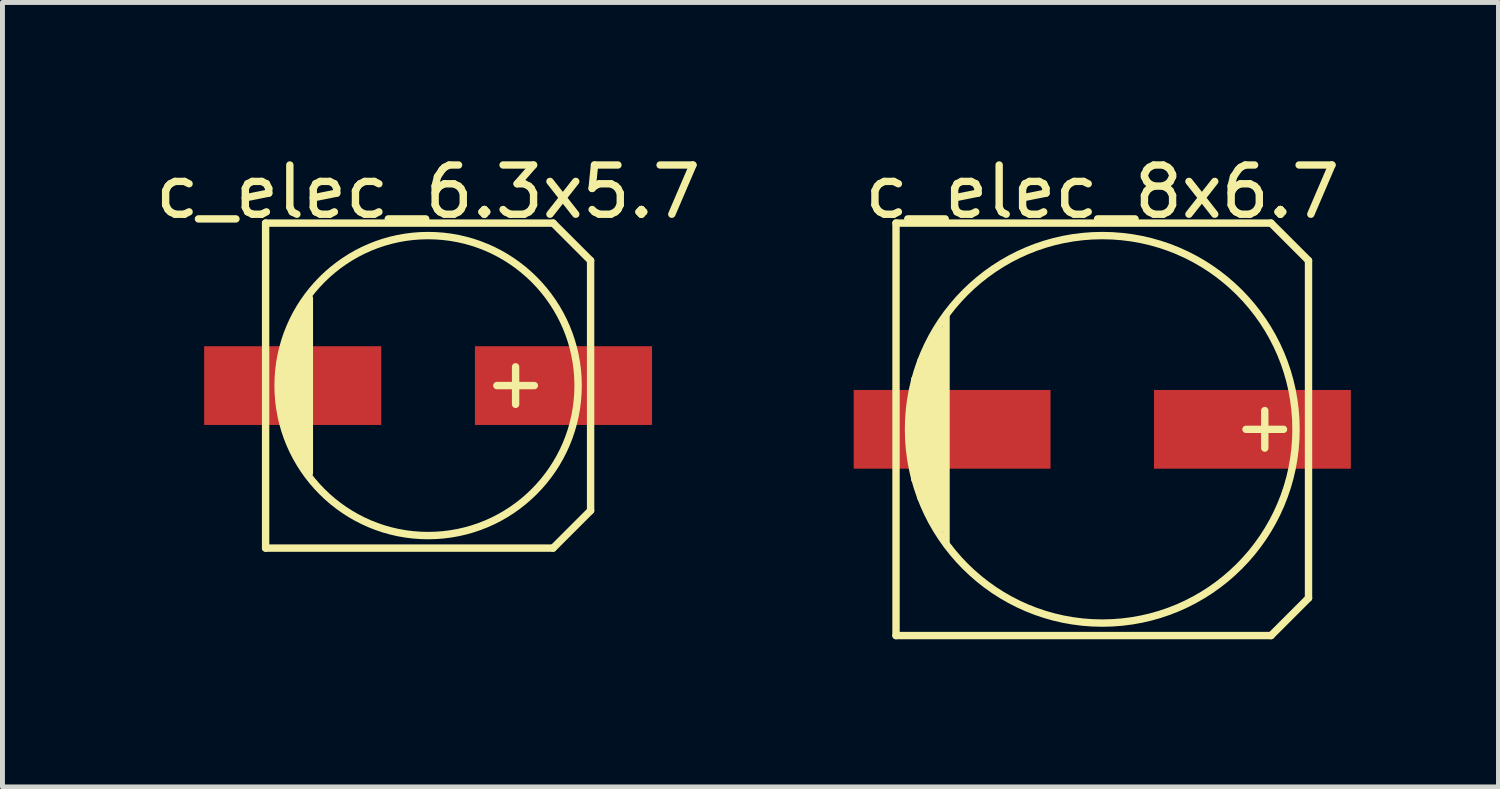
<source format=kicad_pcb>
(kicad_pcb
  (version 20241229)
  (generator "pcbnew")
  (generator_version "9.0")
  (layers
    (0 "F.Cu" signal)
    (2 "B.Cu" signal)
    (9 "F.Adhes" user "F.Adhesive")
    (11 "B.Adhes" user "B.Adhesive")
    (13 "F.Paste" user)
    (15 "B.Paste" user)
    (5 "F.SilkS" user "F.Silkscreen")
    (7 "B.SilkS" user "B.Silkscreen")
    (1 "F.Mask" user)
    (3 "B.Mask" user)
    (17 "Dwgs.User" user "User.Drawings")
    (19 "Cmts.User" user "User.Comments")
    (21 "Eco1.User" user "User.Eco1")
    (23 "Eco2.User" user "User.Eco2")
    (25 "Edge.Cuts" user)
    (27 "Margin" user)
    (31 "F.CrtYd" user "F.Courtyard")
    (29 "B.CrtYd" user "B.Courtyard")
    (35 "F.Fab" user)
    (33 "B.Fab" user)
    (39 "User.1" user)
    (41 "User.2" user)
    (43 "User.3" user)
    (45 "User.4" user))
  (footprint "c_elec_8x6.7"
    (layer "F.Cu")
    (at 19.348 5.674)
    (property "Reference" "c_elec_8x6.7" (at 0 -4.826 0) (layer "F.SilkS") (effects (font (size 1 1) (thickness 0.15))))
    (attr through_hole)
    (fp_line (start -4.191 -4.191) (end -4.191 4.191) (stroke (width 0.15) (type solid)) (layer "F.SilkS"))
    (fp_line (start -4.191 4.191) (end 3.429 4.191) (stroke (width 0.15) (type solid)) (layer "F.SilkS"))
    (fp_line (start -3.81 -1.016) (end -3.81 1.016) (stroke (width 0.15) (type solid)) (layer "F.SilkS"))
    (fp_line (start -3.683 1.397) (end -3.683 -1.397) (stroke (width 0.15) (type solid)) (layer "F.SilkS"))
    (fp_line (start -3.556 -1.651) (end -3.556 1.651) (stroke (width 0.15) (type solid)) (layer "F.SilkS"))
    (fp_line (start -3.429 1.905) (end -3.429 -1.905) (stroke (width 0.15) (type solid)) (layer "F.SilkS"))
    (fp_line (start -3.302 2.032) (end -3.302 -2.032) (stroke (width 0.15) (type solid)) (layer "F.SilkS"))
    (fp_line (start -3.175 -2.286) (end -3.175 2.286) (stroke (width 0.15) (type solid)) (layer "F.SilkS"))
    (fp_line (start 3.302 -0.381) (end 3.302 0.381) (stroke (width 0.15) (type solid)) (layer "F.SilkS"))
    (fp_line (start 3.429 -4.191) (end -4.191 -4.191) (stroke (width 0.15) (type solid)) (layer "F.SilkS"))
    (fp_line (start 3.429 4.191) (end 4.191 3.429) (stroke (width 0.15) (type solid)) (layer "F.SilkS"))
    (fp_line (start 3.683 0) (end 2.921 0) (stroke (width 0.15) (type solid)) (layer "F.SilkS"))
    (fp_line (start 4.191 -3.429) (end 3.429 -4.191) (stroke (width 0.15) (type solid)) (layer "F.SilkS"))
    (fp_line (start 4.191 3.429) (end 4.191 -3.429) (stroke (width 0.15) (type solid)) (layer "F.SilkS"))
    (fp_circle (center 0 0) (end 3.937 0) (stroke (width 0.15) (type solid)) (fill no) (layer "F.SilkS"))
    (pad "1" smd rect (at 3.051 0) (size 4 1.6) (layers "F.Cu" "F.Mask" "F.Paste"))
    (pad "2" smd rect (at -3.051 0) (size 4 1.6) (layers "F.Cu" "F.Mask" "F.Paste")))
  (footprint "c_elec_6.3x5.7"
    (layer "F.Cu")
    (at 5.649 4.785)
    (property "Reference" "c_elec_6.3x5.7" (at 0 -3.937 0) (layer "F.SilkS") (effects (font (size 1 1) (thickness 0.15))))
    (attr through_hole)
    (fp_line (start -3.302 -3.302) (end -3.302 3.302) (stroke (width 0.15) (type solid)) (layer "F.SilkS"))
    (fp_line (start -3.302 3.302) (end 2.54 3.302) (stroke (width 0.15) (type solid)) (layer "F.SilkS"))
    (fp_line (start -2.921 -0.762) (end -2.921 0.762) (stroke (width 0.15) (type solid)) (layer "F.SilkS"))
    (fp_line (start -2.794 1.143) (end -2.794 -1.143) (stroke (width 0.15) (type solid)) (layer "F.SilkS"))
    (fp_line (start -2.667 -1.397) (end -2.667 1.397) (stroke (width 0.15) (type solid)) (layer "F.SilkS"))
    (fp_line (start -2.54 1.651) (end -2.54 -1.651) (stroke (width 0.15) (type solid)) (layer "F.SilkS"))
    (fp_line (start -2.413 -1.778) (end -2.413 1.778) (stroke (width 0.15) (type solid)) (layer "F.SilkS"))
    (fp_line (start 1.778 -0.381) (end 1.778 0.381) (stroke (width 0.15) (type solid)) (layer "F.SilkS"))
    (fp_line (start 2.159 0) (end 1.397 0) (stroke (width 0.15) (type solid)) (layer "F.SilkS"))
    (fp_line (start 2.54 -3.302) (end -3.302 -3.302) (stroke (width 0.15) (type solid)) (layer "F.SilkS"))
    (fp_line (start 2.54 3.302) (end 3.302 2.54) (stroke (width 0.15) (type solid)) (layer "F.SilkS"))
    (fp_line (start 3.302 -2.54) (end 2.54 -3.302) (stroke (width 0.15) (type solid)) (layer "F.SilkS"))
    (fp_line (start 3.302 2.54) (end 3.302 -2.54) (stroke (width 0.15) (type solid)) (layer "F.SilkS"))
    (fp_circle (center 0 0) (end -3.048 0) (stroke (width 0.15) (type solid)) (fill no) (layer "F.SilkS"))
    (pad "1" smd rect (at 2.751 0) (size 3.599 1.6) (layers "F.Cu" "F.Mask" "F.Paste"))
    (pad "2" smd rect (at -2.751 0) (size 3.599 1.6) (layers "F.Cu" "F.Mask" "F.Paste")))
  (gr_rect
    (start -3 -3)
    (end 27.399 12.94)
    (stroke (width 0.1) (type default))
    (fill no)
    (layer "Edge.Cuts")))
</source>
